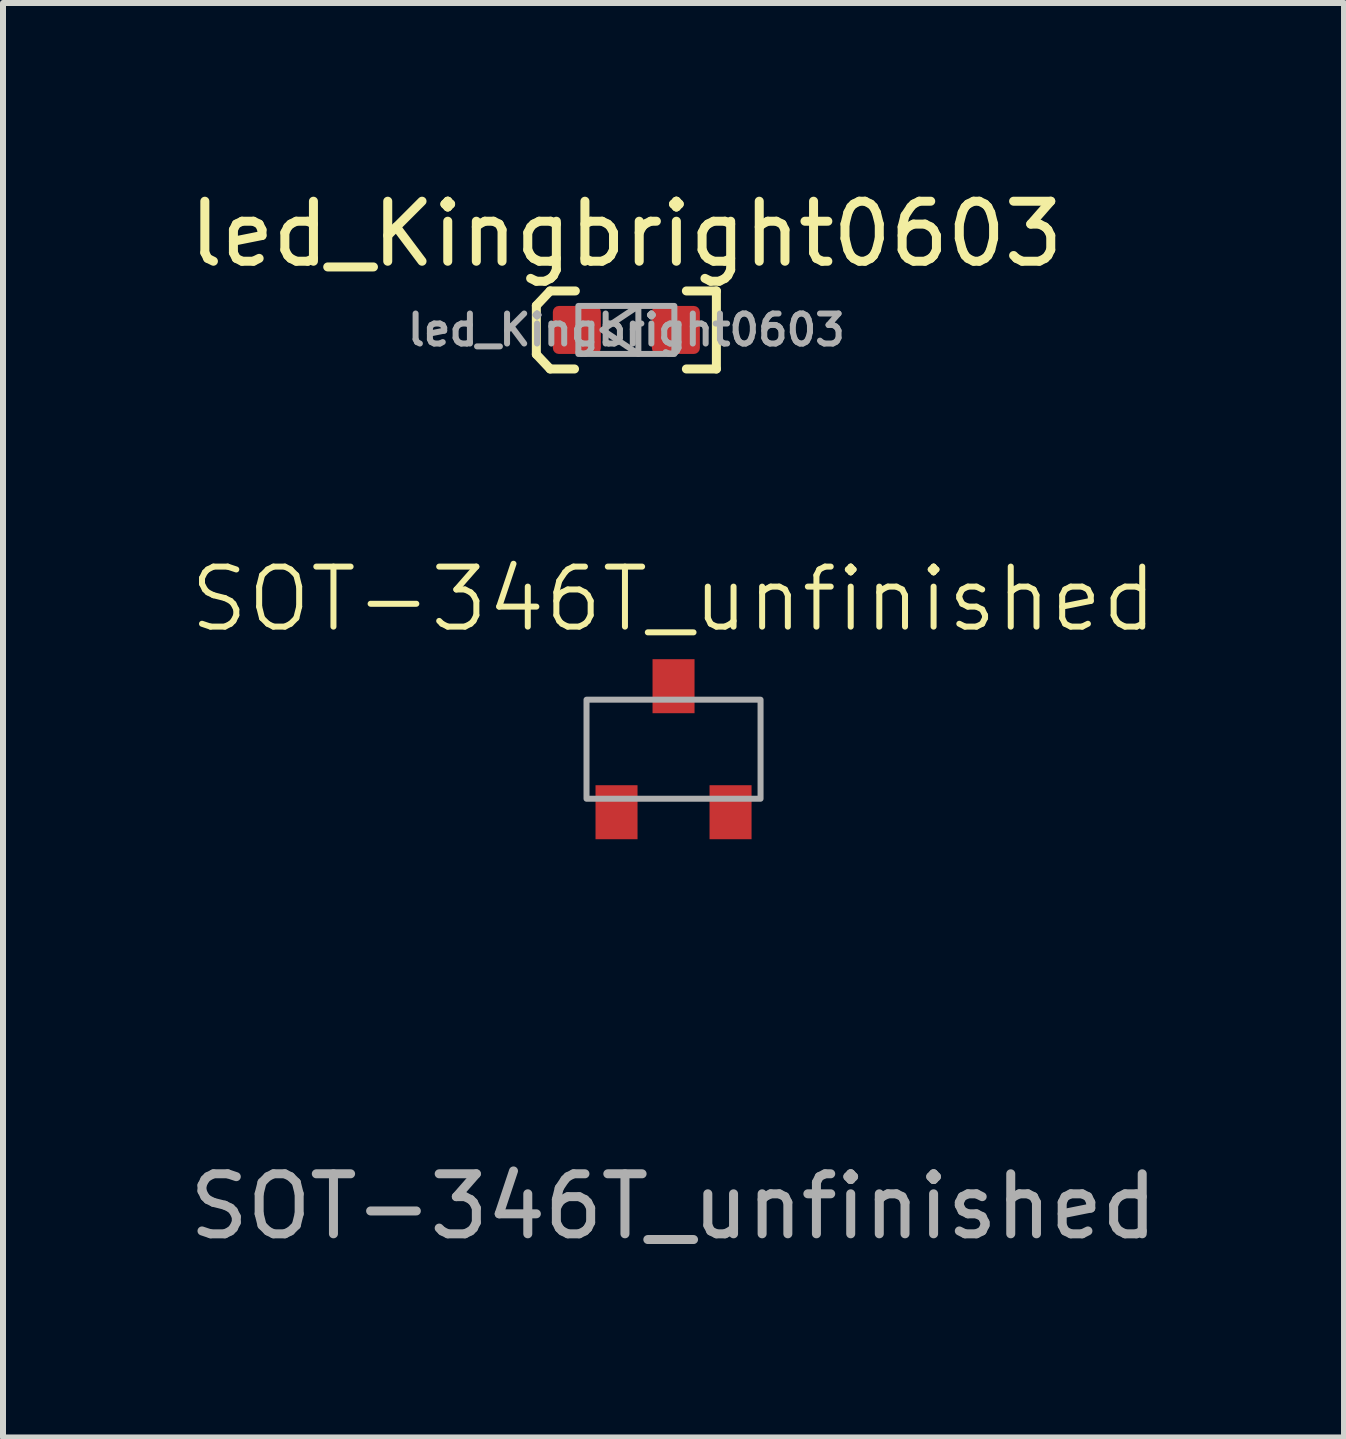
<source format=kicad_pcb>
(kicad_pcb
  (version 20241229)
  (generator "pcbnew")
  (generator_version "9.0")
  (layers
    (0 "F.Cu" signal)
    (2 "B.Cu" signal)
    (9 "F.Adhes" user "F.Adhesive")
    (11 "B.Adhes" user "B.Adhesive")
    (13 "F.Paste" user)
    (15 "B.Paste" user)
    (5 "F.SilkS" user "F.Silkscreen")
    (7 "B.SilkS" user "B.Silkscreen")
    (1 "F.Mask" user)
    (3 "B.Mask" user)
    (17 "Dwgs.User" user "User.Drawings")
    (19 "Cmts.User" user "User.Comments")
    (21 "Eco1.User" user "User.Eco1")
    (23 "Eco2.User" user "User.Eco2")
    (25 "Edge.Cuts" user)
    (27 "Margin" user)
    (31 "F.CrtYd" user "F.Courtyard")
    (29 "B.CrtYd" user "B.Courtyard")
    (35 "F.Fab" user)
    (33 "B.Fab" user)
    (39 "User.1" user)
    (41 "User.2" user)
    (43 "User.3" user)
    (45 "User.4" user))
  (footprint "led_Kingbright0603"
    (layer "F.Cu")
    (at 7.387 2.448)
    (property "Reference" "led_Kingbright0603" (at 0 -1.6 0) (layer "F.SilkS") (effects (font (size 1 1) (thickness 0.15))))
    (attr through_hole)
    (fp_line (start -1.5 -0.406) (end -1.5 0.406) (stroke (width 0.15) (type default)) (layer "F.SilkS"))
    (fp_line (start -1.27 -0.65) (end -1.5 -0.406) (stroke (width 0.15) (type default)) (layer "F.SilkS"))
    (fp_line (start -1.27 -0.65) (end -0.85 -0.65) (stroke (width 0.15) (type default)) (layer "F.SilkS"))
    (fp_line (start -1.27 0.65) (end -1.5 0.406) (stroke (width 0.15) (type default)) (layer "F.SilkS"))
    (fp_line (start -1.27 0.65) (end -0.864 0.65) (stroke (width 0.15) (type default)) (layer "F.SilkS"))
    (fp_line (start 1 -0.65) (end 1.5 -0.65) (stroke (width 0.15) (type default)) (layer "F.SilkS"))
    (fp_line (start 1 0.65) (end 1.5 0.65) (stroke (width 0.15) (type default)) (layer "F.SilkS"))
    (fp_line (start 1.5 0.65) (end 1.5 -0.65) (stroke (width 0.15) (type default)) (layer "F.SilkS"))
    (fp_rect (start -0.8 -0.4) (end 0.8 0.4) (stroke (width 0.1) (type default)) (fill no) (layer "F.Fab"))
    (fp_poly (pts (xy 0.2 -0.4) (xy -0.4 0) (xy 0.2 0.4)) (stroke (width 0.1) (type solid)) (fill no) (layer "F.Fab"))
    (fp_text user "${REFERENCE}" (at 0 0 0) (layer "F.Fab") (effects (font (size 0.5 0.5) (thickness 0.1))))
    (pad "1" smd roundrect (at -0.825 0) (size 0.8 0.8) (layers "F.Cu" "F.Mask" "F.Paste") (roundrect_rratio 0.125))
    (pad "2" smd roundrect (at 0.825 0) (size 0.8 0.8) (layers "F.Cu" "F.Mask" "F.Paste") (roundrect_rratio 0.125)))
  (footprint "SOT-346T_unfinished"
    (layer "F.Cu")
    (at 8.173 9.434)
    (property "Reference" "SOT-346T_unfinished" (at 0 -2.5 0) (unlocked yes) (layer "F.SilkS") (effects (font (size 1 1) (thickness 0.1))))
    (attr smd)
    (fp_rect (start -1.45 -0.825) (end 1.45 0.825) (stroke (width 0.1) (type default)) (fill no) (layer "F.Fab"))
    (fp_text user "${REFERENCE}" (at 0 7.62 0) (unlocked yes) (layer "F.Fab") (effects (font (size 1 1) (thickness 0.15))))
    (pad "1" smd rect (at -0.95 1.05) (size 0.7 0.9) (layers "F.Cu" "F.Mask" "F.Paste"))
    (pad "2" smd rect (at 0.95 1.05) (size 0.7 0.9) (layers "F.Cu" "F.Mask" "F.Paste"))
    (pad "3" smd rect (at 0 -1.05 180) (size 0.7 0.9) (layers "F.Cu" "F.Mask" "F.Paste")))
  (gr_rect
    (start -3 -3)
    (end 19.345 20.902)
    (stroke (width 0.1) (type default))
    (fill no)
    (layer "Edge.Cuts")))
</source>
